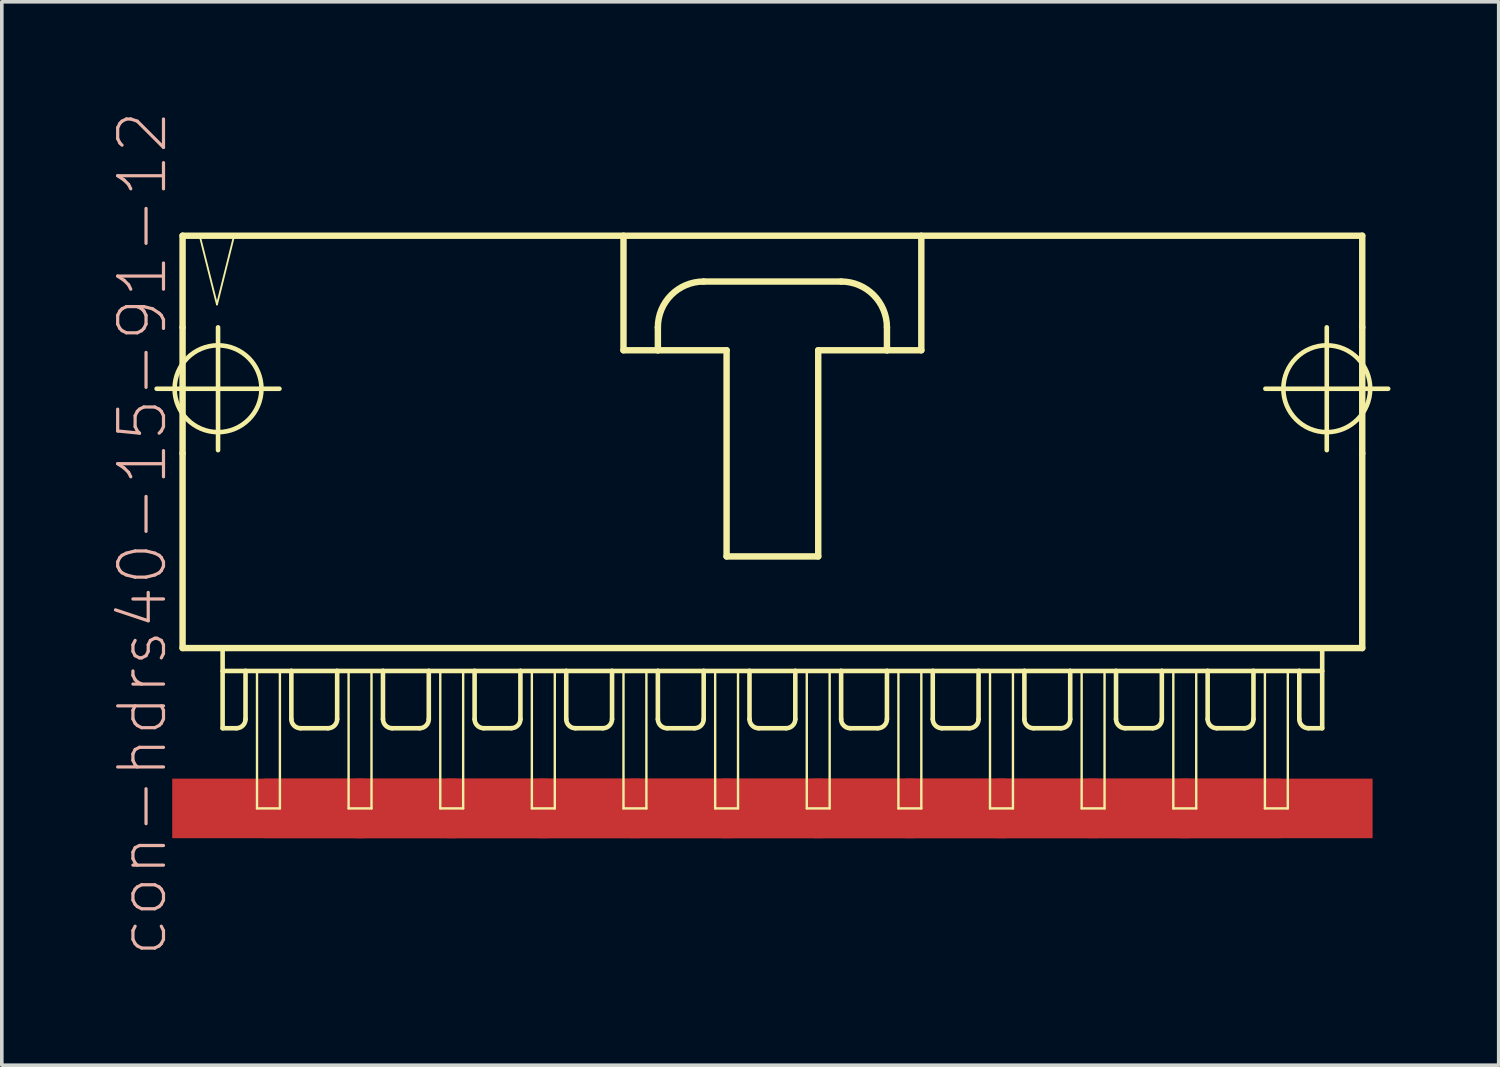
<source format=kicad_pcb>
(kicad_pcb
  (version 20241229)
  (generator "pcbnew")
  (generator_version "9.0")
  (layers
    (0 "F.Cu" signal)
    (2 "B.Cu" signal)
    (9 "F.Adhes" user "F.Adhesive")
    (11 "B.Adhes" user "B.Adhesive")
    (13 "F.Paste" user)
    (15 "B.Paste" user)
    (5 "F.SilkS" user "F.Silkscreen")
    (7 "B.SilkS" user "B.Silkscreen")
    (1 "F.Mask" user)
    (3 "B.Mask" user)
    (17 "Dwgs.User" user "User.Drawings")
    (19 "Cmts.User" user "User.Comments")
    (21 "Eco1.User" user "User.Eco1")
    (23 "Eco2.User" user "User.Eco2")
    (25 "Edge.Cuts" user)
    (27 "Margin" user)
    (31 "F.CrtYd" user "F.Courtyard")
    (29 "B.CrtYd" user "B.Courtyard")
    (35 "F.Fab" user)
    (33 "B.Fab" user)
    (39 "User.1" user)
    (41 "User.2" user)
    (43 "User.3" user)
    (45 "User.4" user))
  (footprint "con-hdrs40-15-91-12"
    (layer "F.Cu")
    (at 18.361 8.564)
    (property "Reference" "con-hdrs40-15-91-12" (at -17.462 3.175 90) (layer "B.SilkS") (effects (font (size 1.27 1.27) (thickness 0.089))))
    (attr smd)
    (fp_line (start -17.069 -0.838) (end -13.665 -0.838) (stroke (width 0.127) (type solid)) (layer "F.SilkS"))
    (fp_line (start -16.35 -5.08) (end -16.35 -2.54) (stroke (width 0.178) (type solid)) (layer "F.SilkS"))
    (fp_line (start -16.35 -2.54) (end -16.35 0.953) (stroke (width 0.178) (type solid)) (layer "F.SilkS"))
    (fp_line (start -16.35 0.953) (end -16.35 6.35) (stroke (width 0.178) (type solid)) (layer "F.SilkS"))
    (fp_line (start -16.35 6.35) (end 16.35 6.35) (stroke (width 0.178) (type solid)) (layer "F.SilkS"))
    (fp_line (start -15.875 -5.08) (end -15.397 -3.175) (stroke (width 0.051) (type solid)) (layer "F.SilkS"))
    (fp_line (start -15.397 -3.175) (end -14.922 -5.08) (stroke (width 0.051) (type solid)) (layer "F.SilkS"))
    (fp_line (start -15.367 0.864) (end -15.367 -2.54) (stroke (width 0.127) (type solid)) (layer "F.SilkS"))
    (fp_line (start -15.24 6.35) (end -15.24 8.572) (stroke (width 0.127) (type solid)) (layer "F.SilkS"))
    (fp_line (start -15.24 6.985) (end -14.605 6.985) (stroke (width 0.127) (type solid)) (layer "F.SilkS"))
    (fp_line (start -14.922 -5.08) (end -15.875 -5.08) (stroke (width 0.051) (type solid)) (layer "F.SilkS"))
    (fp_line (start -14.859 8.572) (end -15.24 8.572) (stroke (width 0.127) (type solid)) (layer "F.SilkS"))
    (fp_line (start -14.605 6.985) (end -14.605 8.319) (stroke (width 0.127) (type solid)) (layer "F.SilkS"))
    (fp_line (start -14.605 6.985) (end -13.335 6.985) (stroke (width 0.127) (type solid)) (layer "F.SilkS"))
    (fp_line (start -14.287 6.985) (end -13.652 6.985) (stroke (width 0.066) (type solid)) (layer "F.SilkS"))
    (fp_line (start -14.287 10.795) (end -14.287 6.985) (stroke (width 0.066) (type solid)) (layer "F.SilkS"))
    (fp_line (start -14.287 10.795) (end -13.652 10.795) (stroke (width 0.066) (type solid)) (layer "F.SilkS"))
    (fp_line (start -13.652 10.795) (end -13.652 6.985) (stroke (width 0.066) (type solid)) (layer "F.SilkS"))
    (fp_line (start -13.335 6.985) (end -13.335 8.319) (stroke (width 0.127) (type solid)) (layer "F.SilkS"))
    (fp_line (start -13.335 6.985) (end -12.065 6.985) (stroke (width 0.127) (type solid)) (layer "F.SilkS"))
    (fp_line (start -12.319 8.572) (end -13.081 8.572) (stroke (width 0.127) (type solid)) (layer "F.SilkS"))
    (fp_line (start -12.065 6.985) (end -12.065 8.319) (stroke (width 0.127) (type solid)) (layer "F.SilkS"))
    (fp_line (start -12.065 6.985) (end -10.795 6.985) (stroke (width 0.127) (type solid)) (layer "F.SilkS"))
    (fp_line (start -11.748 6.985) (end -11.113 6.985) (stroke (width 0.066) (type solid)) (layer "F.SilkS"))
    (fp_line (start -11.748 10.795) (end -11.748 6.985) (stroke (width 0.066) (type solid)) (layer "F.SilkS"))
    (fp_line (start -11.748 10.795) (end -11.113 10.795) (stroke (width 0.066) (type solid)) (layer "F.SilkS"))
    (fp_line (start -11.113 10.795) (end -11.113 6.985) (stroke (width 0.066) (type solid)) (layer "F.SilkS"))
    (fp_line (start -10.795 6.985) (end -10.795 8.319) (stroke (width 0.127) (type solid)) (layer "F.SilkS"))
    (fp_line (start -10.795 6.985) (end -9.525 6.985) (stroke (width 0.127) (type solid)) (layer "F.SilkS"))
    (fp_line (start -9.779 8.572) (end -10.541 8.572) (stroke (width 0.127) (type solid)) (layer "F.SilkS"))
    (fp_line (start -9.525 6.985) (end -9.525 8.319) (stroke (width 0.127) (type solid)) (layer "F.SilkS"))
    (fp_line (start -9.525 6.985) (end -8.255 6.985) (stroke (width 0.127) (type solid)) (layer "F.SilkS"))
    (fp_line (start -9.207 6.985) (end -8.572 6.985) (stroke (width 0.066) (type solid)) (layer "F.SilkS"))
    (fp_line (start -9.207 10.795) (end -9.207 6.985) (stroke (width 0.066) (type solid)) (layer "F.SilkS"))
    (fp_line (start -9.207 10.795) (end -8.572 10.795) (stroke (width 0.066) (type solid)) (layer "F.SilkS"))
    (fp_line (start -8.572 10.795) (end -8.572 6.985) (stroke (width 0.066) (type solid)) (layer "F.SilkS"))
    (fp_line (start -8.255 6.985) (end -8.255 8.319) (stroke (width 0.127) (type solid)) (layer "F.SilkS"))
    (fp_line (start -8.255 6.985) (end -6.985 6.985) (stroke (width 0.127) (type solid)) (layer "F.SilkS"))
    (fp_line (start -7.236 8.572) (end -8.001 8.572) (stroke (width 0.127) (type solid)) (layer "F.SilkS"))
    (fp_line (start -6.985 6.985) (end -6.985 8.319) (stroke (width 0.127) (type solid)) (layer "F.SilkS"))
    (fp_line (start -6.985 6.985) (end -5.715 6.985) (stroke (width 0.127) (type solid)) (layer "F.SilkS"))
    (fp_line (start -6.668 6.985) (end -6.032 6.985) (stroke (width 0.066) (type solid)) (layer "F.SilkS"))
    (fp_line (start -6.668 10.795) (end -6.668 6.985) (stroke (width 0.066) (type solid)) (layer "F.SilkS"))
    (fp_line (start -6.668 10.795) (end -6.032 10.795) (stroke (width 0.066) (type solid)) (layer "F.SilkS"))
    (fp_line (start -6.032 10.795) (end -6.032 6.985) (stroke (width 0.066) (type solid)) (layer "F.SilkS"))
    (fp_line (start -5.715 6.985) (end -5.715 8.319) (stroke (width 0.127) (type solid)) (layer "F.SilkS"))
    (fp_line (start -5.715 6.985) (end -4.445 6.985) (stroke (width 0.127) (type solid)) (layer "F.SilkS"))
    (fp_line (start -4.699 8.572) (end -5.461 8.572) (stroke (width 0.127) (type solid)) (layer "F.SilkS"))
    (fp_line (start -4.445 6.985) (end -4.445 8.319) (stroke (width 0.127) (type solid)) (layer "F.SilkS"))
    (fp_line (start -4.445 6.985) (end -3.175 6.985) (stroke (width 0.127) (type solid)) (layer "F.SilkS"))
    (fp_line (start -4.128 -5.08) (end -4.128 -1.905) (stroke (width 0.178) (type solid)) (layer "F.SilkS"))
    (fp_line (start -4.128 -1.905) (end -3.175 -1.905) (stroke (width 0.178) (type solid)) (layer "F.SilkS"))
    (fp_line (start -4.128 6.985) (end -3.493 6.985) (stroke (width 0.066) (type solid)) (layer "F.SilkS"))
    (fp_line (start -4.128 10.795) (end -4.128 6.985) (stroke (width 0.066) (type solid)) (layer "F.SilkS"))
    (fp_line (start -4.128 10.795) (end -3.493 10.795) (stroke (width 0.066) (type solid)) (layer "F.SilkS"))
    (fp_line (start -3.493 10.795) (end -3.493 6.985) (stroke (width 0.066) (type solid)) (layer "F.SilkS"))
    (fp_line (start -3.175 -1.905) (end -3.175 -2.54) (stroke (width 0.178) (type solid)) (layer "F.SilkS"))
    (fp_line (start -3.175 -1.905) (end -1.27 -1.905) (stroke (width 0.178) (type solid)) (layer "F.SilkS"))
    (fp_line (start -3.175 6.985) (end -3.175 8.319) (stroke (width 0.127) (type solid)) (layer "F.SilkS"))
    (fp_line (start -3.175 6.985) (end -1.905 6.985) (stroke (width 0.127) (type solid)) (layer "F.SilkS"))
    (fp_line (start -2.159 8.572) (end -2.921 8.572) (stroke (width 0.127) (type solid)) (layer "F.SilkS"))
    (fp_line (start -1.905 -3.81) (end 1.905 -3.81) (stroke (width 0.178) (type solid)) (layer "F.SilkS"))
    (fp_line (start -1.905 6.985) (end -1.905 8.319) (stroke (width 0.127) (type solid)) (layer "F.SilkS"))
    (fp_line (start -1.905 6.985) (end -0.635 6.985) (stroke (width 0.127) (type solid)) (layer "F.SilkS"))
    (fp_line (start -1.587 6.985) (end -0.953 6.985) (stroke (width 0.066) (type solid)) (layer "F.SilkS"))
    (fp_line (start -1.587 10.795) (end -1.587 6.985) (stroke (width 0.066) (type solid)) (layer "F.SilkS"))
    (fp_line (start -1.587 10.795) (end -0.953 10.795) (stroke (width 0.066) (type solid)) (layer "F.SilkS"))
    (fp_line (start -1.27 -1.905) (end -1.27 3.81) (stroke (width 0.178) (type solid)) (layer "F.SilkS"))
    (fp_line (start -1.27 3.81) (end 1.27 3.81) (stroke (width 0.178) (type solid)) (layer "F.SilkS"))
    (fp_line (start -0.953 10.795) (end -0.953 6.985) (stroke (width 0.066) (type solid)) (layer "F.SilkS"))
    (fp_line (start -0.635 6.985) (end -0.635 8.319) (stroke (width 0.127) (type solid)) (layer "F.SilkS"))
    (fp_line (start -0.635 6.985) (end 0.635 6.985) (stroke (width 0.127) (type solid)) (layer "F.SilkS"))
    (fp_line (start 0.381 8.572) (end -0.381 8.572) (stroke (width 0.127) (type solid)) (layer "F.SilkS"))
    (fp_line (start 0.635 6.985) (end 0.635 8.319) (stroke (width 0.127) (type solid)) (layer "F.SilkS"))
    (fp_line (start 0.635 6.985) (end 1.905 6.985) (stroke (width 0.127) (type solid)) (layer "F.SilkS"))
    (fp_line (start 0.953 6.985) (end 1.587 6.985) (stroke (width 0.066) (type solid)) (layer "F.SilkS"))
    (fp_line (start 0.953 10.795) (end 0.953 6.985) (stroke (width 0.066) (type solid)) (layer "F.SilkS"))
    (fp_line (start 0.953 10.795) (end 1.587 10.795) (stroke (width 0.066) (type solid)) (layer "F.SilkS"))
    (fp_line (start 1.27 -1.905) (end 3.175 -1.905) (stroke (width 0.178) (type solid)) (layer "F.SilkS"))
    (fp_line (start 1.27 3.81) (end 1.27 -1.905) (stroke (width 0.178) (type solid)) (layer "F.SilkS"))
    (fp_line (start 1.587 10.795) (end 1.587 6.985) (stroke (width 0.066) (type solid)) (layer "F.SilkS"))
    (fp_line (start 1.905 6.985) (end 1.905 8.319) (stroke (width 0.127) (type solid)) (layer "F.SilkS"))
    (fp_line (start 1.905 6.985) (end 3.175 6.985) (stroke (width 0.127) (type solid)) (layer "F.SilkS"))
    (fp_line (start 2.921 8.572) (end 2.159 8.572) (stroke (width 0.127) (type solid)) (layer "F.SilkS"))
    (fp_line (start 3.175 -2.54) (end 3.175 -1.905) (stroke (width 0.178) (type solid)) (layer "F.SilkS"))
    (fp_line (start 3.175 -1.905) (end 4.128 -1.905) (stroke (width 0.178) (type solid)) (layer "F.SilkS"))
    (fp_line (start 3.175 6.985) (end 3.175 8.319) (stroke (width 0.127) (type solid)) (layer "F.SilkS"))
    (fp_line (start 3.175 6.985) (end 4.445 6.985) (stroke (width 0.127) (type solid)) (layer "F.SilkS"))
    (fp_line (start 3.493 6.985) (end 4.128 6.985) (stroke (width 0.066) (type solid)) (layer "F.SilkS"))
    (fp_line (start 3.493 10.795) (end 3.493 6.985) (stroke (width 0.066) (type solid)) (layer "F.SilkS"))
    (fp_line (start 3.493 10.795) (end 4.128 10.795) (stroke (width 0.066) (type solid)) (layer "F.SilkS"))
    (fp_line (start 4.128 -1.905) (end 4.128 -5.08) (stroke (width 0.178) (type solid)) (layer "F.SilkS"))
    (fp_line (start 4.128 10.795) (end 4.128 6.985) (stroke (width 0.066) (type solid)) (layer "F.SilkS"))
    (fp_line (start 4.445 6.985) (end 4.445 8.319) (stroke (width 0.127) (type solid)) (layer "F.SilkS"))
    (fp_line (start 4.445 6.985) (end 5.715 6.985) (stroke (width 0.127) (type solid)) (layer "F.SilkS"))
    (fp_line (start 5.461 8.572) (end 4.699 8.572) (stroke (width 0.127) (type solid)) (layer "F.SilkS"))
    (fp_line (start 5.715 6.985) (end 5.715 8.319) (stroke (width 0.127) (type solid)) (layer "F.SilkS"))
    (fp_line (start 5.715 6.985) (end 6.985 6.985) (stroke (width 0.127) (type solid)) (layer "F.SilkS"))
    (fp_line (start 6.032 6.985) (end 6.668 6.985) (stroke (width 0.066) (type solid)) (layer "F.SilkS"))
    (fp_line (start 6.032 10.795) (end 6.032 6.985) (stroke (width 0.066) (type solid)) (layer "F.SilkS"))
    (fp_line (start 6.032 10.795) (end 6.668 10.795) (stroke (width 0.066) (type solid)) (layer "F.SilkS"))
    (fp_line (start 6.668 10.795) (end 6.668 6.985) (stroke (width 0.066) (type solid)) (layer "F.SilkS"))
    (fp_line (start 6.985 6.985) (end 6.985 8.319) (stroke (width 0.127) (type solid)) (layer "F.SilkS"))
    (fp_line (start 6.985 6.985) (end 8.255 6.985) (stroke (width 0.127) (type solid)) (layer "F.SilkS"))
    (fp_line (start 8.001 8.572) (end 7.236 8.572) (stroke (width 0.127) (type solid)) (layer "F.SilkS"))
    (fp_line (start 8.255 6.985) (end 8.255 8.319) (stroke (width 0.127) (type solid)) (layer "F.SilkS"))
    (fp_line (start 8.255 6.985) (end 9.525 6.985) (stroke (width 0.127) (type solid)) (layer "F.SilkS"))
    (fp_line (start 8.572 6.985) (end 9.207 6.985) (stroke (width 0.066) (type solid)) (layer "F.SilkS"))
    (fp_line (start 8.572 10.795) (end 8.572 6.985) (stroke (width 0.066) (type solid)) (layer "F.SilkS"))
    (fp_line (start 8.572 10.795) (end 9.207 10.795) (stroke (width 0.066) (type solid)) (layer "F.SilkS"))
    (fp_line (start 9.207 10.795) (end 9.207 6.985) (stroke (width 0.066) (type solid)) (layer "F.SilkS"))
    (fp_line (start 9.525 6.985) (end 9.525 8.319) (stroke (width 0.127) (type solid)) (layer "F.SilkS"))
    (fp_line (start 9.525 6.985) (end 10.795 6.985) (stroke (width 0.127) (type solid)) (layer "F.SilkS"))
    (fp_line (start 10.541 8.572) (end 9.779 8.572) (stroke (width 0.127) (type solid)) (layer "F.SilkS"))
    (fp_line (start 10.795 6.985) (end 10.795 8.319) (stroke (width 0.127) (type solid)) (layer "F.SilkS"))
    (fp_line (start 10.795 6.985) (end 12.065 6.985) (stroke (width 0.127) (type solid)) (layer "F.SilkS"))
    (fp_line (start 11.113 6.985) (end 11.748 6.985) (stroke (width 0.066) (type solid)) (layer "F.SilkS"))
    (fp_line (start 11.113 10.795) (end 11.113 6.985) (stroke (width 0.066) (type solid)) (layer "F.SilkS"))
    (fp_line (start 11.113 10.795) (end 11.748 10.795) (stroke (width 0.066) (type solid)) (layer "F.SilkS"))
    (fp_line (start 11.748 10.795) (end 11.748 6.985) (stroke (width 0.066) (type solid)) (layer "F.SilkS"))
    (fp_line (start 12.065 6.985) (end 12.065 8.319) (stroke (width 0.127) (type solid)) (layer "F.SilkS"))
    (fp_line (start 12.065 6.985) (end 13.335 6.985) (stroke (width 0.127) (type solid)) (layer "F.SilkS"))
    (fp_line (start 13.081 8.572) (end 12.319 8.572) (stroke (width 0.127) (type solid)) (layer "F.SilkS"))
    (fp_line (start 13.335 6.985) (end 13.335 8.319) (stroke (width 0.127) (type solid)) (layer "F.SilkS"))
    (fp_line (start 13.335 6.985) (end 14.605 6.985) (stroke (width 0.127) (type solid)) (layer "F.SilkS"))
    (fp_line (start 13.652 6.985) (end 14.287 6.985) (stroke (width 0.066) (type solid)) (layer "F.SilkS"))
    (fp_line (start 13.652 10.795) (end 13.652 6.985) (stroke (width 0.066) (type solid)) (layer "F.SilkS"))
    (fp_line (start 13.652 10.795) (end 14.287 10.795) (stroke (width 0.066) (type solid)) (layer "F.SilkS"))
    (fp_line (start 13.665 -0.838) (end 17.069 -0.838) (stroke (width 0.127) (type solid)) (layer "F.SilkS"))
    (fp_line (start 14.287 10.795) (end 14.287 6.985) (stroke (width 0.066) (type solid)) (layer "F.SilkS"))
    (fp_line (start 14.605 6.985) (end 14.605 8.319) (stroke (width 0.127) (type solid)) (layer "F.SilkS"))
    (fp_line (start 14.605 6.985) (end 15.24 6.985) (stroke (width 0.127) (type solid)) (layer "F.SilkS"))
    (fp_line (start 14.859 8.572) (end 15.24 8.572) (stroke (width 0.127) (type solid)) (layer "F.SilkS"))
    (fp_line (start 15.24 8.572) (end 15.24 6.35) (stroke (width 0.127) (type solid)) (layer "F.SilkS"))
    (fp_line (start 15.367 0.864) (end 15.367 -2.54) (stroke (width 0.127) (type solid)) (layer "F.SilkS"))
    (fp_line (start 16.35 -5.08) (end -16.35 -5.08) (stroke (width 0.178) (type solid)) (layer "F.SilkS"))
    (fp_line (start 16.35 -2.54) (end 16.35 -5.08) (stroke (width 0.178) (type solid)) (layer "F.SilkS"))
    (fp_line (start 16.35 -2.54) (end 16.35 0.953) (stroke (width 0.178) (type solid)) (layer "F.SilkS"))
    (fp_line (start 16.35 6.35) (end 16.35 0.953) (stroke (width 0.178) (type solid)) (layer "F.SilkS"))
    (fp_arc (start -14.605 8.3185) (mid -14.679395 8.498105) (end -14.859 8.5725) (stroke (width 0.127) (type solid)) (layer "F.SilkS"))
    (fp_arc (start -13.081 8.5725) (mid -13.260605 8.498105) (end -13.335 8.3185) (stroke (width 0.127) (type solid)) (layer "F.SilkS"))
    (fp_arc (start -12.065 8.3185) (mid -12.139395 8.498105) (end -12.319 8.5725) (stroke (width 0.127) (type solid)) (layer "F.SilkS"))
    (fp_arc (start -10.541 8.5725) (mid -10.720605 8.498105) (end -10.795 8.3185) (stroke (width 0.127) (type solid)) (layer "F.SilkS"))
    (fp_arc (start -9.525 8.3185) (mid -9.599395 8.498105) (end -9.779 8.5725) (stroke (width 0.127) (type solid)) (layer "F.SilkS"))
    (fp_arc (start -8.001 8.5725) (mid -8.180605 8.498105) (end -8.255 8.3185) (stroke (width 0.127) (type solid)) (layer "F.SilkS"))
    (fp_arc (start -6.985 8.3185) (mid -7.058651 8.496309) (end -7.23646 8.56996) (stroke (width 0.127) (type solid)) (layer "F.SilkS"))
    (fp_arc (start -5.461 8.5725) (mid -5.640605 8.498105) (end -5.715 8.3185) (stroke (width 0.127) (type solid)) (layer "F.SilkS"))
    (fp_arc (start -4.445 8.3185) (mid -4.519395 8.498105) (end -4.699 8.5725) (stroke (width 0.127) (type solid)) (layer "F.SilkS"))
    (fp_arc (start -3.175 -2.54) (mid -2.803026 -3.438026) (end -1.905 -3.81) (stroke (width 0.1778) (type solid)) (layer "F.SilkS"))
    (fp_arc (start -2.921 8.5725) (mid -3.100605 8.498105) (end -3.175 8.3185) (stroke (width 0.127) (type solid)) (layer "F.SilkS"))
    (fp_arc (start -1.905 8.3185) (mid -1.979395 8.498105) (end -2.159 8.5725) (stroke (width 0.127) (type solid)) (layer "F.SilkS"))
    (fp_arc (start -0.381 8.5725) (mid -0.560605 8.498105) (end -0.635 8.3185) (stroke (width 0.127) (type solid)) (layer "F.SilkS"))
    (fp_arc (start 0.635 8.3185) (mid 0.560605 8.498105) (end 0.381 8.5725) (stroke (width 0.127) (type solid)) (layer "F.SilkS"))
    (fp_arc (start 1.905 -3.81) (mid 2.803026 -3.438026) (end 3.175 -2.54) (stroke (width 0.1778) (type solid)) (layer "F.SilkS"))
    (fp_arc (start 2.159 8.5725) (mid 1.979395 8.498105) (end 1.905 8.3185) (stroke (width 0.127) (type solid)) (layer "F.SilkS"))
    (fp_arc (start 3.175 8.3185) (mid 3.100605 8.498105) (end 2.921 8.5725) (stroke (width 0.127) (type solid)) (layer "F.SilkS"))
    (fp_arc (start 4.699 8.5725) (mid 4.519395 8.498105) (end 4.445 8.3185) (stroke (width 0.127) (type solid)) (layer "F.SilkS"))
    (fp_arc (start 5.715 8.3185) (mid 5.640605 8.498105) (end 5.461 8.5725) (stroke (width 0.127) (type solid)) (layer "F.SilkS"))
    (fp_arc (start 7.23646 8.5725) (mid 7.056855 8.498105) (end 6.98246 8.3185) (stroke (width 0.127) (type solid)) (layer "F.SilkS"))
    (fp_arc (start 8.255 8.3185) (mid 8.180605 8.498105) (end 8.001 8.5725) (stroke (width 0.127) (type solid)) (layer "F.SilkS"))
    (fp_arc (start 9.779 8.5725) (mid 9.599395 8.498105) (end 9.525 8.3185) (stroke (width 0.127) (type solid)) (layer "F.SilkS"))
    (fp_arc (start 10.795 8.3185) (mid 10.720605 8.498105) (end 10.541 8.5725) (stroke (width 0.127) (type solid)) (layer "F.SilkS"))
    (fp_arc (start 12.319 8.5725) (mid 12.139395 8.498105) (end 12.065 8.3185) (stroke (width 0.127) (type solid)) (layer "F.SilkS"))
    (fp_arc (start 13.335 8.3185) (mid 13.260605 8.498105) (end 13.081 8.5725) (stroke (width 0.127) (type solid)) (layer "F.SilkS"))
    (fp_arc (start 14.859 8.5725) (mid 14.679395 8.498105) (end 14.605 8.3185) (stroke (width 0.127) (type solid)) (layer "F.SilkS"))
    (fp_circle (center -15.367 -0.838) (end -16.218 -1.689) (stroke (width 0.127) (type solid)) (fill no) (layer "F.SilkS"))
    (fp_circle (center 15.367 -0.838) (end 16.218 -1.689) (stroke (width 0.127) (type solid)) (fill no) (layer "F.SilkS"))
    (pad "1" smd rect (at -13.97 10.795) (size 5.334 1.651) (layers "F.Cu" "F.Mask" "F.Paste"))
    (pad "2" smd rect (at -11.43 10.795) (size 5.334 1.651) (layers "F.Cu" "F.Mask" "F.Paste"))
    (pad "3" smd rect (at -8.89 10.795) (size 5.334 1.651) (layers "F.Cu" "F.Mask" "F.Paste"))
    (pad "4" smd rect (at -6.35 10.795) (size 5.334 1.651) (layers "F.Cu" "F.Mask" "F.Paste"))
    (pad "5" smd rect (at -3.81 10.795) (size 5.334 1.651) (layers "F.Cu" "F.Mask" "F.Paste"))
    (pad "6" smd rect (at -1.27 10.795) (size 5.334 1.651) (layers "F.Cu" "F.Mask" "F.Paste"))
    (pad "7" smd rect (at 1.27 10.795) (size 5.334 1.651) (layers "F.Cu" "F.Mask" "F.Paste"))
    (pad "8" smd rect (at 3.81 10.795) (size 5.334 1.651) (layers "F.Cu" "F.Mask" "F.Paste"))
    (pad "9" smd rect (at 6.35 10.795) (size 5.334 1.651) (layers "F.Cu" "F.Mask" "F.Paste"))
    (pad "10" smd rect (at 8.89 10.795) (size 5.334 1.651) (layers "F.Cu" "F.Mask" "F.Paste"))
    (pad "11" smd rect (at 11.43 10.795) (size 5.334 1.651) (layers "F.Cu" "F.Mask" "F.Paste"))
    (pad "12" smd rect (at 13.97 10.795) (size 5.334 1.651) (layers "F.Cu" "F.Mask" "F.Paste")))
  (gr_rect
    (start -3 -3)
    (end 38.494 26.477)
    (stroke (width 0.1) (type default))
    (fill no)
    (layer "Edge.Cuts")))
</source>
